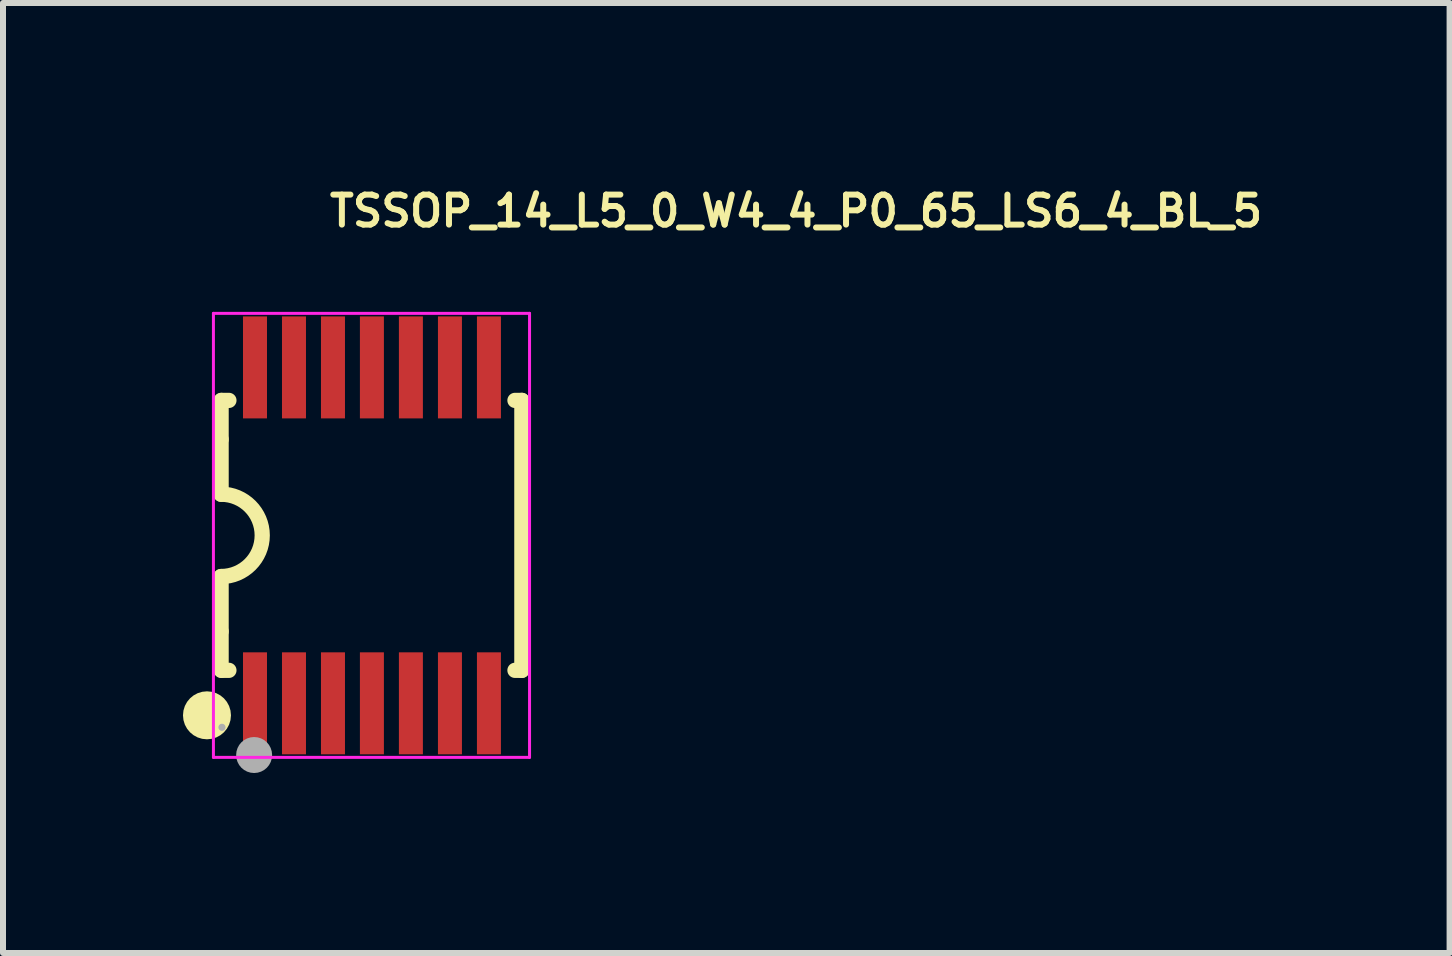
<source format=kicad_pcb>
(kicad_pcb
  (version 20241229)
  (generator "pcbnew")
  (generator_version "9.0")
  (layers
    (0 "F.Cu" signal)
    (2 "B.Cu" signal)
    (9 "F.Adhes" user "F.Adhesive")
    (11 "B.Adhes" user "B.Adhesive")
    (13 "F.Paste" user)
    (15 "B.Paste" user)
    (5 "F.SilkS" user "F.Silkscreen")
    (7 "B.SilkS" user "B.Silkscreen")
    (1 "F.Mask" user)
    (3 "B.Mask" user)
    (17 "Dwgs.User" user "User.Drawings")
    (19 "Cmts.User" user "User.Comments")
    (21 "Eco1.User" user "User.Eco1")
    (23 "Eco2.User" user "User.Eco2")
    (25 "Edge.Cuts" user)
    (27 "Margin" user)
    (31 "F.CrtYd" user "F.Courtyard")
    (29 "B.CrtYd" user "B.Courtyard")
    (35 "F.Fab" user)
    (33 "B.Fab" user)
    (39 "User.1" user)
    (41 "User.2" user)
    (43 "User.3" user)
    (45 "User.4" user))
  (footprint "TSSOP_14_L5_0_W4_4_P0_65_LS6_4_BL_5"
    (layer "F.Cu")
    (at 3.143 5.875)
    (property "Reference" "TSSOP_14_L5_0_W4_4_P0_65_LS6_4_BL_5" (at -0.75 -5.407 0) (layer "F.SilkS") (effects (font (size 0.5 0.5) (thickness 0.1)) (justify left)))
    (fp_line (start -2.507 -1.6) (end -2.507 -2.25) (stroke (width 0.254) (type solid)) (layer "F.SilkS"))
    (fp_line (start -2.507 -0.685) (end -2.507 -1.6) (stroke (width 0.254) (type solid)) (layer "F.SilkS"))
    (fp_line (start -2.507 1.601) (end -2.507 0.686) (stroke (width 0.254) (type solid)) (layer "F.SilkS"))
    (fp_line (start -2.507 1.601) (end -2.507 2.25) (stroke (width 0.254) (type solid)) (layer "F.SilkS"))
    (fp_line (start -2.493 -2.25) (end -2.377 -2.25) (stroke (width 0.254) (type solid)) (layer "F.SilkS"))
    (fp_line (start -2.377 2.25) (end -2.493 2.25) (stroke (width 0.254) (type solid)) (layer "F.SilkS"))
    (fp_line (start 2.392 -2.25) (end 2.507 -2.25) (stroke (width 0.254) (type solid)) (layer "F.SilkS"))
    (fp_line (start 2.507 -2.25) (end 2.507 2.25) (stroke (width 0.254) (type solid)) (layer "F.SilkS"))
    (fp_line (start 2.507 2.25) (end 2.392 2.25) (stroke (width 0.254) (type solid)) (layer "F.SilkS"))
    (fp_arc (start -2.5425 3) (mid -2.9425 3) (end -2.5425 3) (stroke (width 0.4) (type solid)) (layer "F.SilkS"))
    (fp_arc (start -2.5075 -0.686) (mid -1.8215 0) (end -2.5075 0.686) (stroke (width 0.254) (type solid)) (layer "F.SilkS"))
    (fp_line (start -2.635 -3.701) (end -2.635 3.701) (stroke (width 0.05) (type solid)) (layer "F.CrtYd"))
    (fp_line (start -2.635 3.701) (end 2.635 3.701) (stroke (width 0.05) (type solid)) (layer "F.CrtYd"))
    (fp_line (start 2.635 -3.701) (end -2.635 -3.701) (stroke (width 0.05) (type solid)) (layer "F.CrtYd"))
    (fp_line (start 2.635 3.701) (end 2.635 -3.701) (stroke (width 0.05) (type solid)) (layer "F.CrtYd"))
    (fp_arc (start -2.4625 3.2) (mid -2.5225 3.2) (end -2.4625 3.2) (stroke (width 0.06) (type solid)) (layer "F.Fab"))
    (fp_arc (start -1.8065 3.662) (mid -2.1065 3.662) (end -1.8065 3.662) (stroke (width 0.3) (type solid)) (layer "F.Fab"))
    (pad "1" smd rect (at -1.942 2.8) (size 0.4 1.7) (layers "F.Cu" "F.Mask" "F.Paste"))
    (pad "2" smd rect (at -1.292 2.8) (size 0.4 1.7) (layers "F.Cu" "F.Mask" "F.Paste"))
    (pad "3" smd rect (at -0.642 2.8) (size 0.4 1.7) (layers "F.Cu" "F.Mask" "F.Paste"))
    (pad "4" smd rect (at 0.007 2.8) (size 0.4 1.7) (layers "F.Cu" "F.Mask" "F.Paste"))
    (pad "5" smd rect (at 0.657 2.8) (size 0.4 1.7) (layers "F.Cu" "F.Mask" "F.Paste"))
    (pad "6" smd rect (at 1.308 2.8) (size 0.4 1.7) (layers "F.Cu" "F.Mask" "F.Paste"))
    (pad "7" smd rect (at 1.958 2.8) (size 0.4 1.7) (layers "F.Cu" "F.Mask" "F.Paste"))
    (pad "8" smd rect (at 1.958 -2.8) (size 0.4 1.7) (layers "F.Cu" "F.Mask" "F.Paste"))
    (pad "9" smd rect (at 1.308 -2.8) (size 0.4 1.7) (layers "F.Cu" "F.Mask" "F.Paste"))
    (pad "10" smd rect (at 0.657 -2.8) (size 0.4 1.7) (layers "F.Cu" "F.Mask" "F.Paste"))
    (pad "11" smd rect (at 0.007 -2.8) (size 0.4 1.7) (layers "F.Cu" "F.Mask" "F.Paste"))
    (pad "12" smd rect (at -0.642 -2.8) (size 0.4 1.7) (layers "F.Cu" "F.Mask" "F.Paste"))
    (pad "13" smd rect (at -1.292 -2.8) (size 0.4 1.7) (layers "F.Cu" "F.Mask" "F.Paste"))
    (pad "14" smd rect (at -1.942 -2.8) (size 0.4 1.7) (layers "F.Cu" "F.Mask" "F.Paste")))
  (gr_rect
    (start -3 -3)
    (end 21.116 12.837)
    (stroke (width 0.1) (type default))
    (fill no)
    (layer "Edge.Cuts")))
</source>
